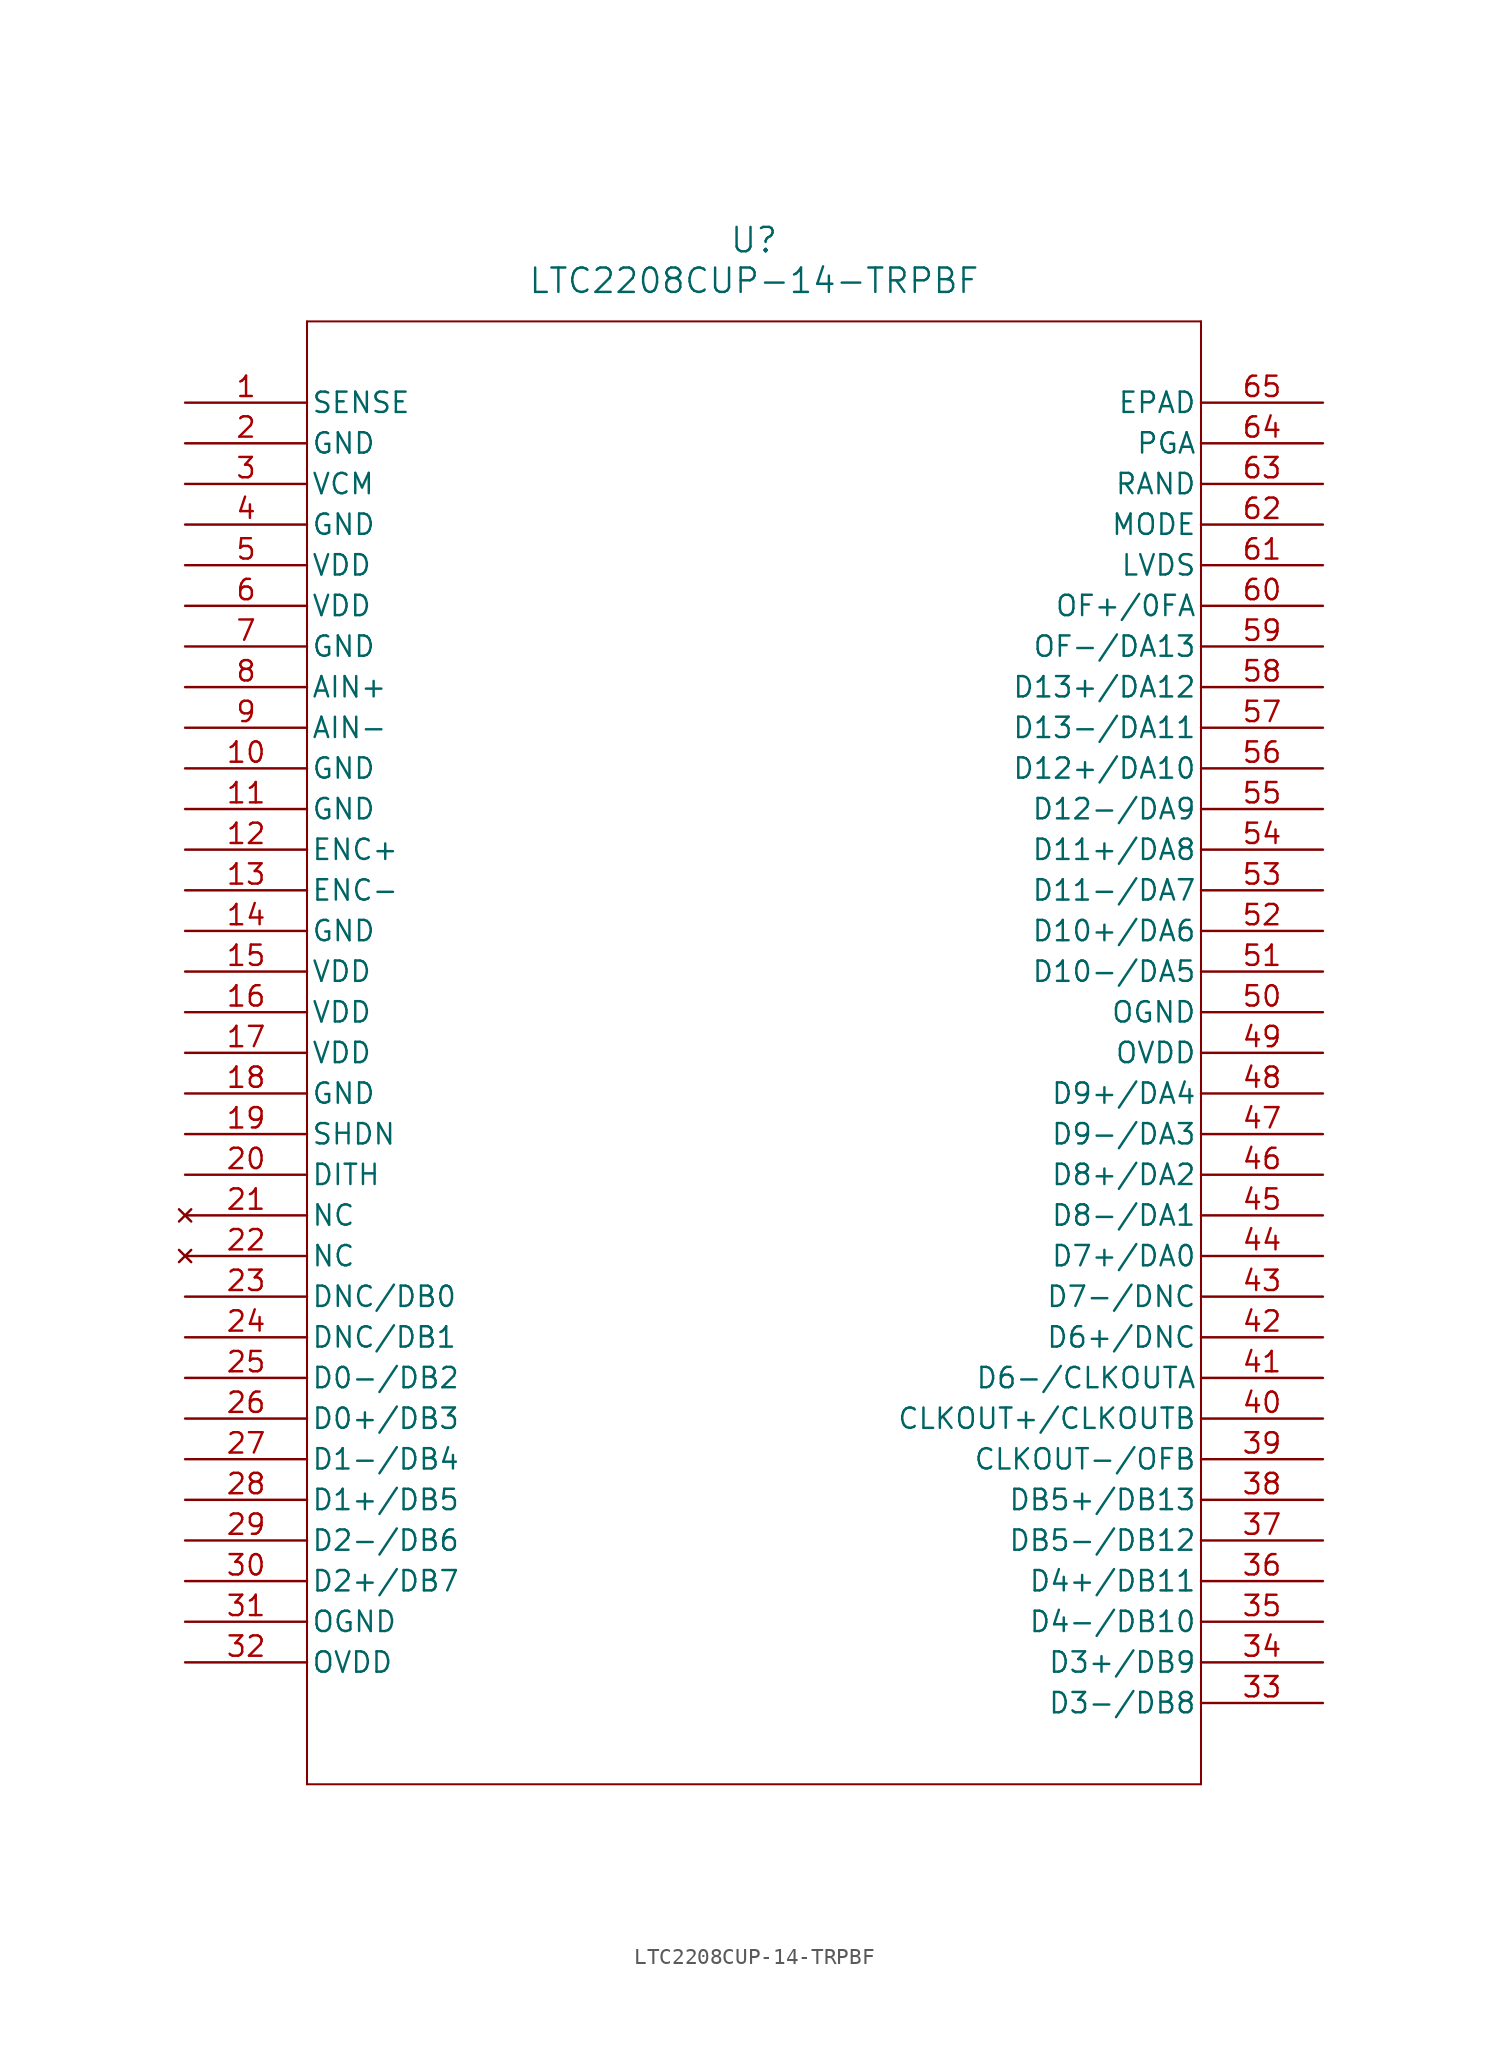
<source format=kicad_sym>
(kicad_symbol_lib
  (version 20220914)
  (generator kicad_symbol_editor)
  (symbol "LTC2208CUP-14-TRPBF"
    (pin_names
      (offset 0.254))
    (property "Reference" "U"
      (at 35.56 10.16 0)
      (effects (font (size 1.524 1.524))))
    (property "Value" "LTC2208CUP-14-TRPBF"
      (at 35.56 7.62 0)
      (effects (font (size 1.524 1.524))))
    (property "ki_locked" ""
      (at 0 0 0)
      (effects (font (size 1.27 1.27))))
    (symbol "LTC2208CUP-14-TRPBF_0_1"
      (polyline (pts (xy 7.62 -86.36) (xy 63.5 -86.36)) (stroke (width 0.127) (type default)) (fill (type none)))
      (polyline (pts (xy 7.62 5.08) (xy 7.62 -86.36)) (stroke (width 0.127) (type default)) (fill (type none)))
      (polyline (pts (xy 63.5 -86.36) (xy 63.5 5.08)) (stroke (width 0.127) (type default)) (fill (type none)))
      (polyline (pts (xy 63.5 5.08) (xy 7.62 5.08)) (stroke (width 0.127) (type default)) (fill (type none)))
      (pin input line (at 0 0 0) (length 7.62) (name "SENSE" (effects (font (size 1.27 1.27)))) (number "1" (effects (font (size 1.27 1.27)))))
      (pin power_in line (at 0 -22.86 0) (length 7.62) (name "GND" (effects (font (size 1.27 1.27)))) (number "10" (effects (font (size 1.27 1.27)))))
      (pin power_in line (at 0 -25.4 0) (length 7.62) (name "GND" (effects (font (size 1.27 1.27)))) (number "11" (effects (font (size 1.27 1.27)))))
      (pin input line (at 0 -27.94 0) (length 7.62) (name "ENC+" (effects (font (size 1.27 1.27)))) (number "12" (effects (font (size 1.27 1.27)))))
      (pin input line (at 0 -30.48 0) (length 7.62) (name "ENC-" (effects (font (size 1.27 1.27)))) (number "13" (effects (font (size 1.27 1.27)))))
      (pin power_in line (at 0 -33.02 0) (length 7.62) (name "GND" (effects (font (size 1.27 1.27)))) (number "14" (effects (font (size 1.27 1.27)))))
      (pin power_in line (at 0 -35.56 0) (length 7.62) (name "VDD" (effects (font (size 1.27 1.27)))) (number "15" (effects (font (size 1.27 1.27)))))
      (pin power_in line (at 0 -38.1 0) (length 7.62) (name "VDD" (effects (font (size 1.27 1.27)))) (number "16" (effects (font (size 1.27 1.27)))))
      (pin power_in line (at 0 -40.64 0) (length 7.62) (name "VDD" (effects (font (size 1.27 1.27)))) (number "17" (effects (font (size 1.27 1.27)))))
      (pin power_in line (at 0 -43.18 0) (length 7.62) (name "GND" (effects (font (size 1.27 1.27)))) (number "18" (effects (font (size 1.27 1.27)))))
      (pin unspecified line (at 0 -45.72 0) (length 7.62) (name "SHDN" (effects (font (size 1.27 1.27)))) (number "19" (effects (font (size 1.27 1.27)))))
      (pin power_in line (at 0 -2.54 0) (length 7.62) (name "GND" (effects (font (size 1.27 1.27)))) (number "2" (effects (font (size 1.27 1.27)))))
      (pin unspecified line (at 0 -48.26 0) (length 7.62) (name "DITH" (effects (font (size 1.27 1.27)))) (number "20" (effects (font (size 1.27 1.27)))))
      (pin no_connect line (at 0 -50.8 0) (length 7.62) (name "NC" (effects (font (size 1.27 1.27)))) (number "21" (effects (font (size 1.27 1.27)))))
      (pin no_connect line (at 0 -53.34 0) (length 7.62) (name "NC" (effects (font (size 1.27 1.27)))) (number "22" (effects (font (size 1.27 1.27)))))
      (pin bidirectional line (at 0 -55.88 0) (length 7.62) (name "DNC/DB0" (effects (font (size 1.27 1.27)))) (number "23" (effects (font (size 1.27 1.27)))))
      (pin bidirectional line (at 0 -58.42 0) (length 7.62) (name "DNC/DB1" (effects (font (size 1.27 1.27)))) (number "24" (effects (font (size 1.27 1.27)))))
      (pin output line (at 0 -60.96 0) (length 7.62) (name "D0-/DB2" (effects (font (size 1.27 1.27)))) (number "25" (effects (font (size 1.27 1.27)))))
      (pin output line (at 0 -63.5 0) (length 7.62) (name "D0+/DB3" (effects (font (size 1.27 1.27)))) (number "26" (effects (font (size 1.27 1.27)))))
      (pin output line (at 0 -66.04 0) (length 7.62) (name "D1-/DB4" (effects (font (size 1.27 1.27)))) (number "27" (effects (font (size 1.27 1.27)))))
      (pin output line (at 0 -68.58 0) (length 7.62) (name "D1+/DB5" (effects (font (size 1.27 1.27)))) (number "28" (effects (font (size 1.27 1.27)))))
      (pin output line (at 0 -71.12 0) (length 7.62) (name "D2-/DB6" (effects (font (size 1.27 1.27)))) (number "29" (effects (font (size 1.27 1.27)))))
      (pin output line (at 0 -5.08 0) (length 7.62) (name "VCM" (effects (font (size 1.27 1.27)))) (number "3" (effects (font (size 1.27 1.27)))))
      (pin output line (at 0 -73.66 0) (length 7.62) (name "D2+/DB7" (effects (font (size 1.27 1.27)))) (number "30" (effects (font (size 1.27 1.27)))))
      (pin power_in line (at 0 -76.2 0) (length 7.62) (name "OGND" (effects (font (size 1.27 1.27)))) (number "31" (effects (font (size 1.27 1.27)))))
      (pin power_in line (at 0 -78.74 0) (length 7.62) (name "OVDD" (effects (font (size 1.27 1.27)))) (number "32" (effects (font (size 1.27 1.27)))))
      (pin output line (at 71.12 -81.28 180) (length 7.62) (name "D3-/DB8" (effects (font (size 1.27 1.27)))) (number "33" (effects (font (size 1.27 1.27)))))
      (pin output line (at 71.12 -78.74 180) (length 7.62) (name "D3+/DB9" (effects (font (size 1.27 1.27)))) (number "34" (effects (font (size 1.27 1.27)))))
      (pin output line (at 71.12 -76.2 180) (length 7.62) (name "D4-/DB10" (effects (font (size 1.27 1.27)))) (number "35" (effects (font (size 1.27 1.27)))))
      (pin output line (at 71.12 -73.66 180) (length 7.62) (name "D4+/DB11" (effects (font (size 1.27 1.27)))) (number "36" (effects (font (size 1.27 1.27)))))
      (pin output line (at 71.12 -71.12 180) (length 7.62) (name "DB5-/DB12" (effects (font (size 1.27 1.27)))) (number "37" (effects (font (size 1.27 1.27)))))
      (pin output line (at 71.12 -68.58 180) (length 7.62) (name "DB5+/DB13" (effects (font (size 1.27 1.27)))) (number "38" (effects (font (size 1.27 1.27)))))
      (pin output line (at 71.12 -66.04 180) (length 7.62) (name "CLKOUT-/OFB" (effects (font (size 1.27 1.27)))) (number "39" (effects (font (size 1.27 1.27)))))
      (pin power_in line (at 0 -7.62 0) (length 7.62) (name "GND" (effects (font (size 1.27 1.27)))) (number "4" (effects (font (size 1.27 1.27)))))
      (pin output line (at 71.12 -63.5 180) (length 7.62) (name "CLKOUT+/CLKOUTB" (effects (font (size 1.27 1.27)))) (number "40" (effects (font (size 1.27 1.27)))))
      (pin output line (at 71.12 -60.96 180) (length 7.62) (name "D6-/CLKOUTA" (effects (font (size 1.27 1.27)))) (number "41" (effects (font (size 1.27 1.27)))))
      (pin bidirectional line (at 71.12 -58.42 180) (length 7.62) (name "D6+/DNC" (effects (font (size 1.27 1.27)))) (number "42" (effects (font (size 1.27 1.27)))))
      (pin bidirectional line (at 71.12 -55.88 180) (length 7.62) (name "D7-/DNC" (effects (font (size 1.27 1.27)))) (number "43" (effects (font (size 1.27 1.27)))))
      (pin output line (at 71.12 -53.34 180) (length 7.62) (name "D7+/DA0" (effects (font (size 1.27 1.27)))) (number "44" (effects (font (size 1.27 1.27)))))
      (pin output line (at 71.12 -50.8 180) (length 7.62) (name "D8-/DA1" (effects (font (size 1.27 1.27)))) (number "45" (effects (font (size 1.27 1.27)))))
      (pin output line (at 71.12 -48.26 180) (length 7.62) (name "D8+/DA2" (effects (font (size 1.27 1.27)))) (number "46" (effects (font (size 1.27 1.27)))))
      (pin output line (at 71.12 -45.72 180) (length 7.62) (name "D9-/DA3" (effects (font (size 1.27 1.27)))) (number "47" (effects (font (size 1.27 1.27)))))
      (pin output line (at 71.12 -43.18 180) (length 7.62) (name "D9+/DA4" (effects (font (size 1.27 1.27)))) (number "48" (effects (font (size 1.27 1.27)))))
      (pin power_in line (at 71.12 -40.64 180) (length 7.62) (name "OVDD" (effects (font (size 1.27 1.27)))) (number "49" (effects (font (size 1.27 1.27)))))
      (pin power_in line (at 0 -10.16 0) (length 7.62) (name "VDD" (effects (font (size 1.27 1.27)))) (number "5" (effects (font (size 1.27 1.27)))))
      (pin power_in line (at 71.12 -38.1 180) (length 7.62) (name "OGND" (effects (font (size 1.27 1.27)))) (number "50" (effects (font (size 1.27 1.27)))))
      (pin output line (at 71.12 -35.56 180) (length 7.62) (name "D10-/DA5" (effects (font (size 1.27 1.27)))) (number "51" (effects (font (size 1.27 1.27)))))
      (pin output line (at 71.12 -33.02 180) (length 7.62) (name "D10+/DA6" (effects (font (size 1.27 1.27)))) (number "52" (effects (font (size 1.27 1.27)))))
      (pin output line (at 71.12 -30.48 180) (length 7.62) (name "D11-/DA7" (effects (font (size 1.27 1.27)))) (number "53" (effects (font (size 1.27 1.27)))))
      (pin output line (at 71.12 -27.94 180) (length 7.62) (name "D11+/DA8" (effects (font (size 1.27 1.27)))) (number "54" (effects (font (size 1.27 1.27)))))
      (pin output line (at 71.12 -25.4 180) (length 7.62) (name "D12-/DA9" (effects (font (size 1.27 1.27)))) (number "55" (effects (font (size 1.27 1.27)))))
      (pin output line (at 71.12 -22.86 180) (length 7.62) (name "D12+/DA10" (effects (font (size 1.27 1.27)))) (number "56" (effects (font (size 1.27 1.27)))))
      (pin output line (at 71.12 -20.32 180) (length 7.62) (name "D13-/DA11" (effects (font (size 1.27 1.27)))) (number "57" (effects (font (size 1.27 1.27)))))
      (pin output line (at 71.12 -17.78 180) (length 7.62) (name "D13+/DA12" (effects (font (size 1.27 1.27)))) (number "58" (effects (font (size 1.27 1.27)))))
      (pin output line (at 71.12 -15.24 180) (length 7.62) (name "OF-/DA13" (effects (font (size 1.27 1.27)))) (number "59" (effects (font (size 1.27 1.27)))))
      (pin power_in line (at 0 -12.7 0) (length 7.62) (name "VDD" (effects (font (size 1.27 1.27)))) (number "6" (effects (font (size 1.27 1.27)))))
      (pin output line (at 71.12 -12.7 180) (length 7.62) (name "OF+/0FA" (effects (font (size 1.27 1.27)))) (number "60" (effects (font (size 1.27 1.27)))))
      (pin output line (at 71.12 -10.16 180) (length 7.62) (name "LVDS" (effects (font (size 1.27 1.27)))) (number "61" (effects (font (size 1.27 1.27)))))
      (pin output line (at 71.12 -7.62 180) (length 7.62) (name "MODE" (effects (font (size 1.27 1.27)))) (number "62" (effects (font (size 1.27 1.27)))))
      (pin output line (at 71.12 -5.08 180) (length 7.62) (name "RAND" (effects (font (size 1.27 1.27)))) (number "63" (effects (font (size 1.27 1.27)))))
      (pin input line (at 71.12 -2.54 180) (length 7.62) (name "PGA" (effects (font (size 1.27 1.27)))) (number "64" (effects (font (size 1.27 1.27)))))
      (pin unspecified line (at 71.12 0 180) (length 7.62) (name "EPAD" (effects (font (size 1.27 1.27)))) (number "65" (effects (font (size 1.27 1.27)))))
      (pin power_in line (at 0 -15.24 0) (length 7.62) (name "GND" (effects (font (size 1.27 1.27)))) (number "7" (effects (font (size 1.27 1.27)))))
      (pin input line (at 0 -17.78 0) (length 7.62) (name "AIN+" (effects (font (size 1.27 1.27)))) (number "8" (effects (font (size 1.27 1.27)))))
      (pin input line (at 0 -20.32 0) (length 7.62) (name "AIN-" (effects (font (size 1.27 1.27)))) (number "9" (effects (font (size 1.27 1.27))))))))
</source>
